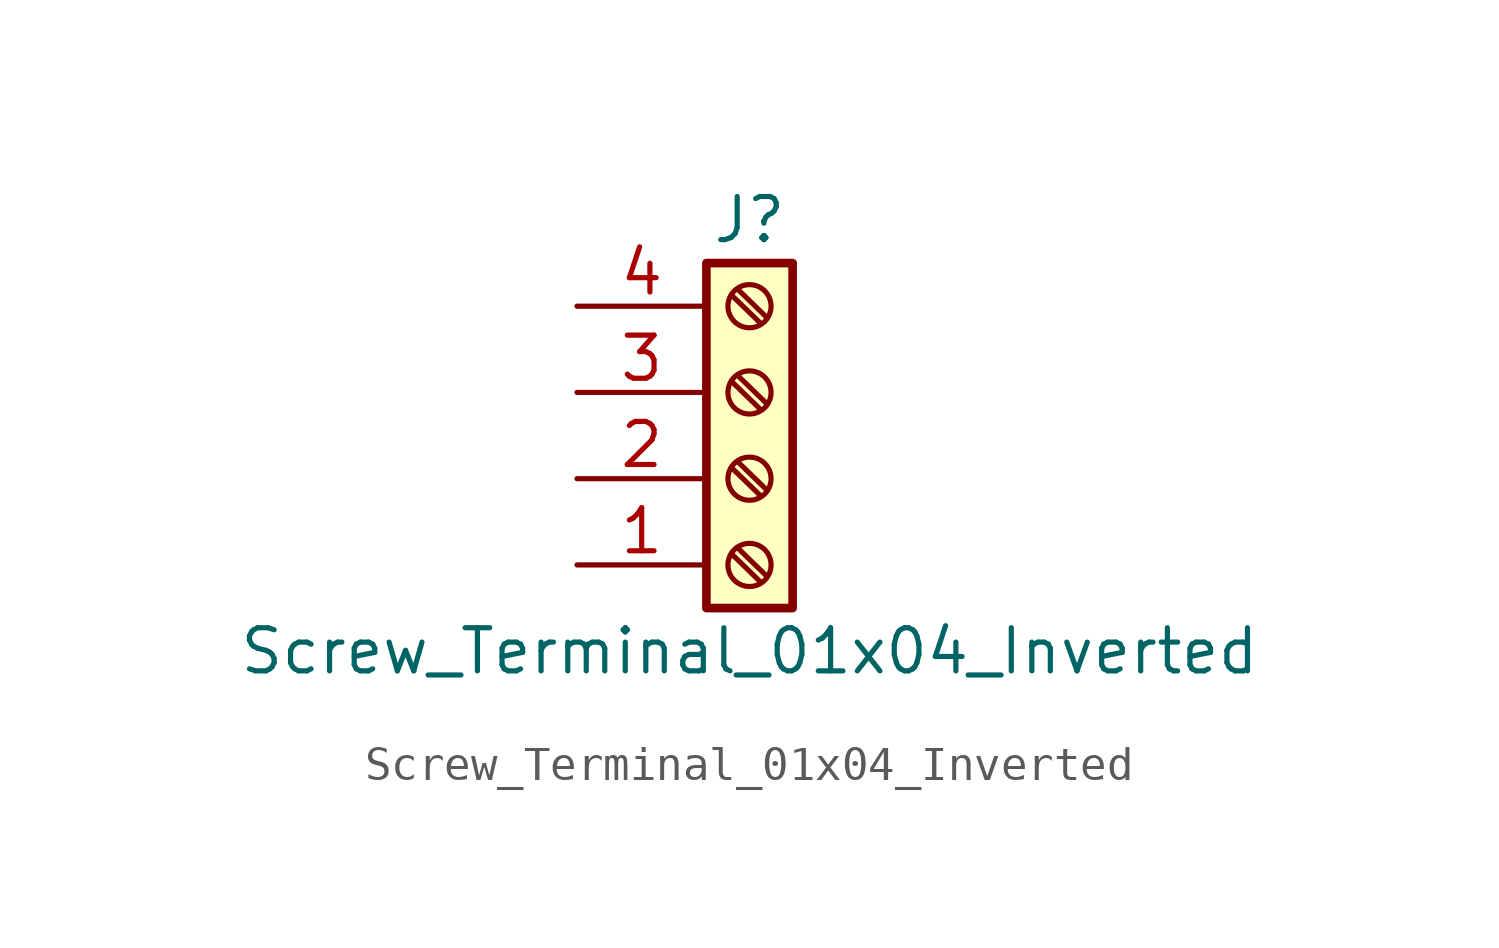
<source format=kicad_sym>
(kicad_symbol_lib
  (version 20241209)
  (generator "kicad_symbol_editor")
  (generator_version "9.0")
  (symbol "Screw_Terminal_01x04_Inverted"
    (pin_names
      (offset 1.016)
      (hide yes))
    (property "Reference" "J"
      (at 0 5.08 0)
      (effects (font (size 1.27 1.27))))
    (property "Value" "Screw_Terminal_01x04_Inverted"
      (at 0 -7.62 0)
      (effects (font (size 1.27 1.27))))
    (symbol "Screw_Terminal_01x04_Inverted_1_1"
      (rectangle (start -1.27 3.81) (end 1.27 -6.35) (stroke (width 0.254) (type default)) (fill (type background)))
      (polyline (pts (xy -0.533 2.87) (xy 0.33 2.032)) (stroke (width 0.152) (type default)) (fill (type none)))
      (polyline (pts (xy -0.533 0.33) (xy 0.33 -0.508)) (stroke (width 0.152) (type default)) (fill (type none)))
      (polyline (pts (xy -0.533 -2.21) (xy 0.33 -3.048)) (stroke (width 0.152) (type default)) (fill (type none)))
      (polyline (pts (xy -0.533 -4.75) (xy 0.33 -5.588)) (stroke (width 0.152) (type default)) (fill (type none)))
      (polyline (pts (xy -0.356 3.048) (xy 0.508 2.21)) (stroke (width 0.152) (type default)) (fill (type none)))
      (polyline (pts (xy -0.356 0.508) (xy 0.508 -0.33)) (stroke (width 0.152) (type default)) (fill (type none)))
      (polyline (pts (xy -0.356 -2.032) (xy 0.508 -2.87)) (stroke (width 0.152) (type default)) (fill (type none)))
      (polyline (pts (xy -0.356 -4.572) (xy 0.508 -5.41)) (stroke (width 0.152) (type default)) (fill (type none)))
      (circle (center 0 2.54) (radius 0.635) (stroke (width 0.152) (type default)) (fill (type none)))
      (circle (center 0 0) (radius 0.635) (stroke (width 0.152) (type default)) (fill (type none)))
      (circle (center 0 -2.54) (radius 0.635) (stroke (width 0.152) (type default)) (fill (type none)))
      (circle (center 0 -5.08) (radius 0.635) (stroke (width 0.152) (type default)) (fill (type none)))
      (pin passive line (at -5.08 2.54 0) (length 3.81) (name "Pin_4" (effects (font (size 1.27 1.27)))) (number "4" (effects (font (size 1.27 1.27)))))
      (pin passive line (at -5.08 0 0) (length 3.81) (name "Pin_3" (effects (font (size 1.27 1.27)))) (number "3" (effects (font (size 1.27 1.27)))))
      (pin passive line (at -5.08 -2.54 0) (length 3.81) (name "Pin_2" (effects (font (size 1.27 1.27)))) (number "2" (effects (font (size 1.27 1.27)))))
      (pin passive line (at -5.08 -5.08 0) (length 3.81) (name "Pin_1" (effects (font (size 1.27 1.27)))) (number "1" (effects (font (size 1.27 1.27))))))))
</source>
